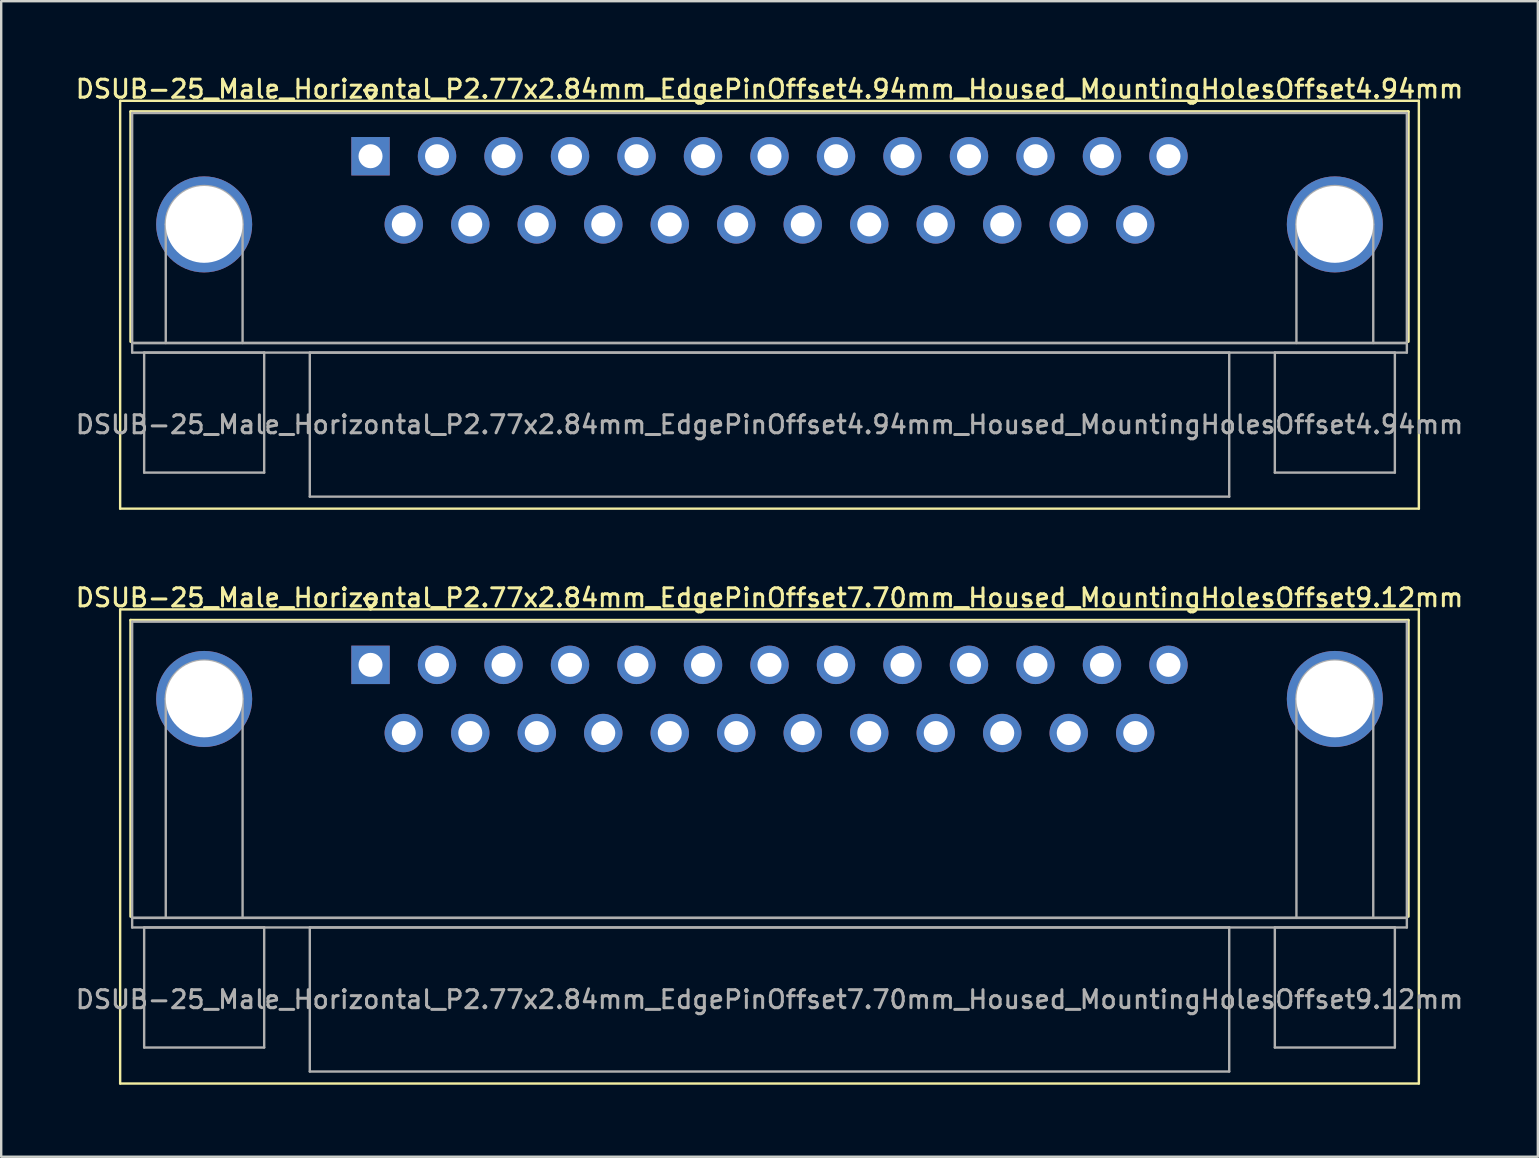
<source format=kicad_pcb>
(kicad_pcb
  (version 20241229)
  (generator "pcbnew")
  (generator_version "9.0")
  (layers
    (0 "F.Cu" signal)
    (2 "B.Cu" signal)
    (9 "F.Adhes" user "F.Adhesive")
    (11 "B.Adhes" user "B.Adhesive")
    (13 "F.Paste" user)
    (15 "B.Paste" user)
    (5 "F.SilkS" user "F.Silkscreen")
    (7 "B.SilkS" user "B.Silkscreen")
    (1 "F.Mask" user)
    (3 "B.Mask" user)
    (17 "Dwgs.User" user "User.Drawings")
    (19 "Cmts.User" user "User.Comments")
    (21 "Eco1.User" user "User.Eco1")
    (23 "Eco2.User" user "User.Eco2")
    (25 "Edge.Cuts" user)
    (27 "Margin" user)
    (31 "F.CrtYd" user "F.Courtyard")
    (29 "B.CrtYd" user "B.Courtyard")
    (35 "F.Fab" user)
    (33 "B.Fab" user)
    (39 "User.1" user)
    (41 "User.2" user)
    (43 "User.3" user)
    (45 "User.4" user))
  (footprint "DSUB-25_Male_Horizontal_P2.77x2.84mm_EdgePinOffset7.70mm_Housed_MountingHolesOffset9.12mm"
    (layer "F.Cu")
    (at 12.385 24.646)
    (property "Reference" "DSUB-25_Male_Horizontal_P2.77x2.84mm_EdgePinOffset7.70mm_Housed_MountingHolesOffset9.12mm" (at 16.62 -2.8 0) (layer "F.SilkS") (effects (font (size 0.75 0.75) (thickness 0.125))))
    (attr through_hole)
    (fp_line (start -10.43 -2.31) (end -10.43 17.44) (stroke (width 0.1) (type solid)) (layer "F.SilkS"))
    (fp_line (start -10.43 17.44) (end 43.67 17.44) (stroke (width 0.1) (type solid)) (layer "F.SilkS"))
    (fp_line (start -9.99 -1.86) (end 43.23 -1.86) (stroke (width 0.12) (type solid)) (layer "F.SilkS"))
    (fp_line (start -9.99 10.48) (end -9.99 -1.86) (stroke (width 0.12) (type solid)) (layer "F.SilkS"))
    (fp_line (start -0.25 -2.754) (end 0.25 -2.754) (stroke (width 0.12) (type solid)) (layer "F.SilkS"))
    (fp_line (start 0 -2.321) (end -0.25 -2.754) (stroke (width 0.12) (type solid)) (layer "F.SilkS"))
    (fp_line (start 0.25 -2.754) (end 0 -2.321) (stroke (width 0.12) (type solid)) (layer "F.SilkS"))
    (fp_line (start 43.23 -1.86) (end 43.23 10.48) (stroke (width 0.12) (type solid)) (layer "F.SilkS"))
    (fp_line (start 43.67 -2.31) (end -10.43 -2.31) (stroke (width 0.1) (type solid)) (layer "F.SilkS"))
    (fp_line (start 43.67 17.44) (end 43.67 -2.31) (stroke (width 0.1) (type solid)) (layer "F.SilkS"))
    (fp_line (start -9.93 -1.8) (end -9.93 10.54) (stroke (width 0.1) (type solid)) (layer "F.Fab"))
    (fp_line (start -9.93 10.54) (end -9.93 10.94) (stroke (width 0.1) (type solid)) (layer "F.Fab"))
    (fp_line (start -9.93 10.54) (end 43.17 10.54) (stroke (width 0.1) (type solid)) (layer "F.Fab"))
    (fp_line (start -9.93 10.94) (end 43.17 10.94) (stroke (width 0.1) (type solid)) (layer "F.Fab"))
    (fp_line (start -9.43 10.94) (end -9.43 15.94) (stroke (width 0.1) (type solid)) (layer "F.Fab"))
    (fp_line (start -9.43 15.94) (end -4.43 15.94) (stroke (width 0.1) (type solid)) (layer "F.Fab"))
    (fp_line (start -8.53 10.54) (end -8.53 1.42) (stroke (width 0.1) (type solid)) (layer "F.Fab"))
    (fp_line (start -5.33 10.54) (end -5.33 1.42) (stroke (width 0.1) (type solid)) (layer "F.Fab"))
    (fp_line (start -4.43 10.94) (end -9.43 10.94) (stroke (width 0.1) (type solid)) (layer "F.Fab"))
    (fp_line (start -4.43 15.94) (end -4.43 10.94) (stroke (width 0.1) (type solid)) (layer "F.Fab"))
    (fp_line (start -2.53 10.94) (end -2.53 16.94) (stroke (width 0.1) (type solid)) (layer "F.Fab"))
    (fp_line (start -2.53 16.94) (end 35.77 16.94) (stroke (width 0.1) (type solid)) (layer "F.Fab"))
    (fp_line (start 35.77 10.94) (end -2.53 10.94) (stroke (width 0.1) (type solid)) (layer "F.Fab"))
    (fp_line (start 35.77 16.94) (end 35.77 10.94) (stroke (width 0.1) (type solid)) (layer "F.Fab"))
    (fp_line (start 37.67 10.94) (end 37.67 15.94) (stroke (width 0.1) (type solid)) (layer "F.Fab"))
    (fp_line (start 37.67 15.94) (end 42.67 15.94) (stroke (width 0.1) (type solid)) (layer "F.Fab"))
    (fp_line (start 38.57 10.54) (end 38.57 1.42) (stroke (width 0.1) (type solid)) (layer "F.Fab"))
    (fp_line (start 41.77 10.54) (end 41.77 1.42) (stroke (width 0.1) (type solid)) (layer "F.Fab"))
    (fp_line (start 42.67 10.94) (end 37.67 10.94) (stroke (width 0.1) (type solid)) (layer "F.Fab"))
    (fp_line (start 42.67 15.94) (end 42.67 10.94) (stroke (width 0.1) (type solid)) (layer "F.Fab"))
    (fp_line (start 43.17 -1.8) (end -9.93 -1.8) (stroke (width 0.1) (type solid)) (layer "F.Fab"))
    (fp_line (start 43.17 10.54) (end -9.93 10.54) (stroke (width 0.1) (type solid)) (layer "F.Fab"))
    (fp_line (start 43.17 10.54) (end 43.17 -1.8) (stroke (width 0.1) (type solid)) (layer "F.Fab"))
    (fp_line (start 43.17 10.94) (end 43.17 10.54) (stroke (width 0.1) (type solid)) (layer "F.Fab"))
    (fp_arc (start -8.53 1.42) (mid -6.93 -0.18) (end -5.33 1.42) (stroke (width 0.1) (type solid)) (layer "F.Fab"))
    (fp_arc (start 38.57 1.42) (mid 40.17 -0.18) (end 41.77 1.42) (stroke (width 0.1) (type solid)) (layer "F.Fab"))
    (fp_text user "${REFERENCE}" (at 16.62 13.94 0) (layer "F.Fab") (effects (font (size 0.75 0.75) (thickness 0.125))))
    (pad "0" thru_hole circle (at -6.93 1.42) (size 4 4) (drill 3.2) (layers "*.Cu" "*.Mask"))
    (pad "0" thru_hole circle (at 40.17 1.42) (size 4 4) (drill 3.2) (layers "*.Cu" "*.Mask"))
    (pad "1" thru_hole rect (at 0 0) (size 1.6 1.6) (drill 1) (layers "*.Cu" "*.Mask"))
    (pad "2" thru_hole circle (at 2.77 0) (size 1.6 1.6) (drill 1) (layers "*.Cu" "*.Mask"))
    (pad "3" thru_hole circle (at 5.54 0) (size 1.6 1.6) (drill 1) (layers "*.Cu" "*.Mask"))
    (pad "4" thru_hole circle (at 8.31 0) (size 1.6 1.6) (drill 1) (layers "*.Cu" "*.Mask"))
    (pad "5" thru_hole circle (at 11.08 0) (size 1.6 1.6) (drill 1) (layers "*.Cu" "*.Mask"))
    (pad "6" thru_hole circle (at 13.85 0) (size 1.6 1.6) (drill 1) (layers "*.Cu" "*.Mask"))
    (pad "7" thru_hole circle (at 16.62 0) (size 1.6 1.6) (drill 1) (layers "*.Cu" "*.Mask"))
    (pad "8" thru_hole circle (at 19.39 0) (size 1.6 1.6) (drill 1) (layers "*.Cu" "*.Mask"))
    (pad "9" thru_hole circle (at 22.16 0) (size 1.6 1.6) (drill 1) (layers "*.Cu" "*.Mask"))
    (pad "10" thru_hole circle (at 24.93 0) (size 1.6 1.6) (drill 1) (layers "*.Cu" "*.Mask"))
    (pad "11" thru_hole circle (at 27.7 0) (size 1.6 1.6) (drill 1) (layers "*.Cu" "*.Mask"))
    (pad "12" thru_hole circle (at 30.47 0) (size 1.6 1.6) (drill 1) (layers "*.Cu" "*.Mask"))
    (pad "13" thru_hole circle (at 33.24 0) (size 1.6 1.6) (drill 1) (layers "*.Cu" "*.Mask"))
    (pad "14" thru_hole circle (at 1.385 2.84) (size 1.6 1.6) (drill 1) (layers "*.Cu" "*.Mask"))
    (pad "15" thru_hole circle (at 4.155 2.84) (size 1.6 1.6) (drill 1) (layers "*.Cu" "*.Mask"))
    (pad "16" thru_hole circle (at 6.925 2.84) (size 1.6 1.6) (drill 1) (layers "*.Cu" "*.Mask"))
    (pad "17" thru_hole circle (at 9.695 2.84) (size 1.6 1.6) (drill 1) (layers "*.Cu" "*.Mask"))
    (pad "18" thru_hole circle (at 12.465 2.84) (size 1.6 1.6) (drill 1) (layers "*.Cu" "*.Mask"))
    (pad "19" thru_hole circle (at 15.235 2.84) (size 1.6 1.6) (drill 1) (layers "*.Cu" "*.Mask"))
    (pad "20" thru_hole circle (at 18.005 2.84) (size 1.6 1.6) (drill 1) (layers "*.Cu" "*.Mask"))
    (pad "21" thru_hole circle (at 20.775 2.84) (size 1.6 1.6) (drill 1) (layers "*.Cu" "*.Mask"))
    (pad "22" thru_hole circle (at 23.545 2.84) (size 1.6 1.6) (drill 1) (layers "*.Cu" "*.Mask"))
    (pad "23" thru_hole circle (at 26.315 2.84) (size 1.6 1.6) (drill 1) (layers "*.Cu" "*.Mask"))
    (pad "24" thru_hole circle (at 29.085 2.84) (size 1.6 1.6) (drill 1) (layers "*.Cu" "*.Mask"))
    (pad "25" thru_hole circle (at 31.855 2.84) (size 1.6 1.6) (drill 1) (layers "*.Cu" "*.Mask")))
  (footprint "DSUB-25_Male_Horizontal_P2.77x2.84mm_EdgePinOffset4.94mm_Housed_MountingHolesOffset4.94mm"
    (layer "F.Cu")
    (at 12.385 3.458)
    (property "Reference" "DSUB-25_Male_Horizontal_P2.77x2.84mm_EdgePinOffset4.94mm_Housed_MountingHolesOffset4.94mm" (at 16.62 -2.8 0) (layer "F.SilkS") (effects (font (size 0.75 0.75) (thickness 0.125))))
    (attr through_hole)
    (fp_line (start -10.43 -2.31) (end -10.43 14.68) (stroke (width 0.1) (type solid)) (layer "F.SilkS"))
    (fp_line (start -10.43 14.68) (end 43.67 14.68) (stroke (width 0.1) (type solid)) (layer "F.SilkS"))
    (fp_line (start -9.99 -1.86) (end 43.23 -1.86) (stroke (width 0.12) (type solid)) (layer "F.SilkS"))
    (fp_line (start -9.99 7.72) (end -9.99 -1.86) (stroke (width 0.12) (type solid)) (layer "F.SilkS"))
    (fp_line (start -0.25 -2.754) (end 0.25 -2.754) (stroke (width 0.12) (type solid)) (layer "F.SilkS"))
    (fp_line (start 0 -2.321) (end -0.25 -2.754) (stroke (width 0.12) (type solid)) (layer "F.SilkS"))
    (fp_line (start 0.25 -2.754) (end 0 -2.321) (stroke (width 0.12) (type solid)) (layer "F.SilkS"))
    (fp_line (start 43.23 -1.86) (end 43.23 7.72) (stroke (width 0.12) (type solid)) (layer "F.SilkS"))
    (fp_line (start 43.67 -2.31) (end -10.43 -2.31) (stroke (width 0.1) (type solid)) (layer "F.SilkS"))
    (fp_line (start 43.67 14.68) (end 43.67 -2.31) (stroke (width 0.1) (type solid)) (layer "F.SilkS"))
    (fp_line (start -9.93 -1.8) (end -9.93 7.78) (stroke (width 0.1) (type solid)) (layer "F.Fab"))
    (fp_line (start -9.93 7.78) (end -9.93 8.18) (stroke (width 0.1) (type solid)) (layer "F.Fab"))
    (fp_line (start -9.93 7.78) (end 43.17 7.78) (stroke (width 0.1) (type solid)) (layer "F.Fab"))
    (fp_line (start -9.93 8.18) (end 43.17 8.18) (stroke (width 0.1) (type solid)) (layer "F.Fab"))
    (fp_line (start -9.43 8.18) (end -9.43 13.18) (stroke (width 0.1) (type solid)) (layer "F.Fab"))
    (fp_line (start -9.43 13.18) (end -4.43 13.18) (stroke (width 0.1) (type solid)) (layer "F.Fab"))
    (fp_line (start -8.53 7.78) (end -8.53 2.84) (stroke (width 0.1) (type solid)) (layer "F.Fab"))
    (fp_line (start -5.33 7.78) (end -5.33 2.84) (stroke (width 0.1) (type solid)) (layer "F.Fab"))
    (fp_line (start -4.43 8.18) (end -9.43 8.18) (stroke (width 0.1) (type solid)) (layer "F.Fab"))
    (fp_line (start -4.43 13.18) (end -4.43 8.18) (stroke (width 0.1) (type solid)) (layer "F.Fab"))
    (fp_line (start -2.53 8.18) (end -2.53 14.18) (stroke (width 0.1) (type solid)) (layer "F.Fab"))
    (fp_line (start -2.53 14.18) (end 35.77 14.18) (stroke (width 0.1) (type solid)) (layer "F.Fab"))
    (fp_line (start 35.77 8.18) (end -2.53 8.18) (stroke (width 0.1) (type solid)) (layer "F.Fab"))
    (fp_line (start 35.77 14.18) (end 35.77 8.18) (stroke (width 0.1) (type solid)) (layer "F.Fab"))
    (fp_line (start 37.67 8.18) (end 37.67 13.18) (stroke (width 0.1) (type solid)) (layer "F.Fab"))
    (fp_line (start 37.67 13.18) (end 42.67 13.18) (stroke (width 0.1) (type solid)) (layer "F.Fab"))
    (fp_line (start 38.57 7.78) (end 38.57 2.84) (stroke (width 0.1) (type solid)) (layer "F.Fab"))
    (fp_line (start 41.77 7.78) (end 41.77 2.84) (stroke (width 0.1) (type solid)) (layer "F.Fab"))
    (fp_line (start 42.67 8.18) (end 37.67 8.18) (stroke (width 0.1) (type solid)) (layer "F.Fab"))
    (fp_line (start 42.67 13.18) (end 42.67 8.18) (stroke (width 0.1) (type solid)) (layer "F.Fab"))
    (fp_line (start 43.17 -1.8) (end -9.93 -1.8) (stroke (width 0.1) (type solid)) (layer "F.Fab"))
    (fp_line (start 43.17 7.78) (end -9.93 7.78) (stroke (width 0.1) (type solid)) (layer "F.Fab"))
    (fp_line (start 43.17 7.78) (end 43.17 -1.8) (stroke (width 0.1) (type solid)) (layer "F.Fab"))
    (fp_line (start 43.17 8.18) (end 43.17 7.78) (stroke (width 0.1) (type solid)) (layer "F.Fab"))
    (fp_arc (start -8.53 2.84) (mid -6.93 1.24) (end -5.33 2.84) (stroke (width 0.1) (type solid)) (layer "F.Fab"))
    (fp_arc (start 38.57 2.84) (mid 40.17 1.24) (end 41.77 2.84) (stroke (width 0.1) (type solid)) (layer "F.Fab"))
    (fp_text user "${REFERENCE}" (at 16.62 11.18 0) (layer "F.Fab") (effects (font (size 0.75 0.75) (thickness 0.125))))
    (pad "0" thru_hole circle (at -6.93 2.84) (size 4 4) (drill 3.2) (layers "*.Cu" "*.Mask"))
    (pad "0" thru_hole circle (at 40.17 2.84) (size 4 4) (drill 3.2) (layers "*.Cu" "*.Mask"))
    (pad "1" thru_hole rect (at 0 0) (size 1.6 1.6) (drill 1) (layers "*.Cu" "*.Mask"))
    (pad "2" thru_hole circle (at 2.77 0) (size 1.6 1.6) (drill 1) (layers "*.Cu" "*.Mask"))
    (pad "3" thru_hole circle (at 5.54 0) (size 1.6 1.6) (drill 1) (layers "*.Cu" "*.Mask"))
    (pad "4" thru_hole circle (at 8.31 0) (size 1.6 1.6) (drill 1) (layers "*.Cu" "*.Mask"))
    (pad "5" thru_hole circle (at 11.08 0) (size 1.6 1.6) (drill 1) (layers "*.Cu" "*.Mask"))
    (pad "6" thru_hole circle (at 13.85 0) (size 1.6 1.6) (drill 1) (layers "*.Cu" "*.Mask"))
    (pad "7" thru_hole circle (at 16.62 0) (size 1.6 1.6) (drill 1) (layers "*.Cu" "*.Mask"))
    (pad "8" thru_hole circle (at 19.39 0) (size 1.6 1.6) (drill 1) (layers "*.Cu" "*.Mask"))
    (pad "9" thru_hole circle (at 22.16 0) (size 1.6 1.6) (drill 1) (layers "*.Cu" "*.Mask"))
    (pad "10" thru_hole circle (at 24.93 0) (size 1.6 1.6) (drill 1) (layers "*.Cu" "*.Mask"))
    (pad "11" thru_hole circle (at 27.7 0) (size 1.6 1.6) (drill 1) (layers "*.Cu" "*.Mask"))
    (pad "12" thru_hole circle (at 30.47 0) (size 1.6 1.6) (drill 1) (layers "*.Cu" "*.Mask"))
    (pad "13" thru_hole circle (at 33.24 0) (size 1.6 1.6) (drill 1) (layers "*.Cu" "*.Mask"))
    (pad "14" thru_hole circle (at 1.385 2.84) (size 1.6 1.6) (drill 1) (layers "*.Cu" "*.Mask"))
    (pad "15" thru_hole circle (at 4.155 2.84) (size 1.6 1.6) (drill 1) (layers "*.Cu" "*.Mask"))
    (pad "16" thru_hole circle (at 6.925 2.84) (size 1.6 1.6) (drill 1) (layers "*.Cu" "*.Mask"))
    (pad "17" thru_hole circle (at 9.695 2.84) (size 1.6 1.6) (drill 1) (layers "*.Cu" "*.Mask"))
    (pad "18" thru_hole circle (at 12.465 2.84) (size 1.6 1.6) (drill 1) (layers "*.Cu" "*.Mask"))
    (pad "19" thru_hole circle (at 15.235 2.84) (size 1.6 1.6) (drill 1) (layers "*.Cu" "*.Mask"))
    (pad "20" thru_hole circle (at 18.005 2.84) (size 1.6 1.6) (drill 1) (layers "*.Cu" "*.Mask"))
    (pad "21" thru_hole circle (at 20.775 2.84) (size 1.6 1.6) (drill 1) (layers "*.Cu" "*.Mask"))
    (pad "22" thru_hole circle (at 23.545 2.84) (size 1.6 1.6) (drill 1) (layers "*.Cu" "*.Mask"))
    (pad "23" thru_hole circle (at 26.315 2.84) (size 1.6 1.6) (drill 1) (layers "*.Cu" "*.Mask"))
    (pad "24" thru_hole circle (at 29.085 2.84) (size 1.6 1.6) (drill 1) (layers "*.Cu" "*.Mask"))
    (pad "25" thru_hole circle (at 31.855 2.84) (size 1.6 1.6) (drill 1) (layers "*.Cu" "*.Mask")))
  (gr_rect
    (start -3 -3)
    (end 61.011 45.136)
    (stroke (width 0.1) (type default))
    (fill no)
    (layer "Edge.Cuts")))
</source>
